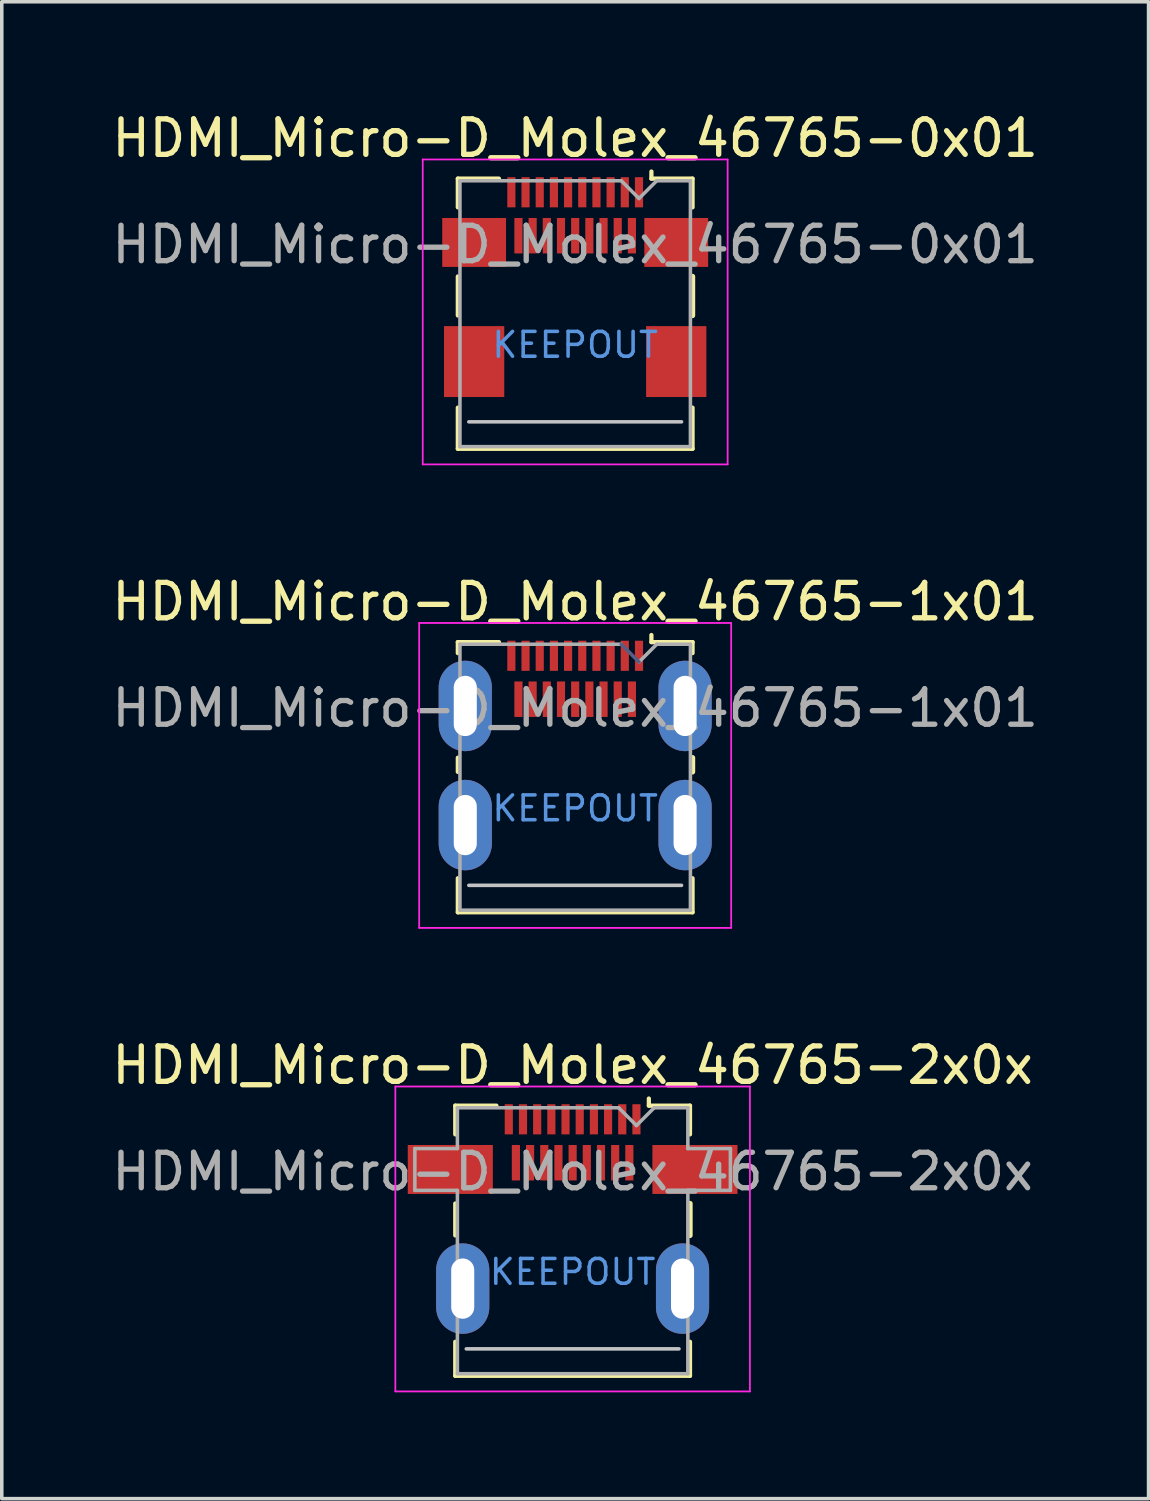
<source format=kicad_pcb>
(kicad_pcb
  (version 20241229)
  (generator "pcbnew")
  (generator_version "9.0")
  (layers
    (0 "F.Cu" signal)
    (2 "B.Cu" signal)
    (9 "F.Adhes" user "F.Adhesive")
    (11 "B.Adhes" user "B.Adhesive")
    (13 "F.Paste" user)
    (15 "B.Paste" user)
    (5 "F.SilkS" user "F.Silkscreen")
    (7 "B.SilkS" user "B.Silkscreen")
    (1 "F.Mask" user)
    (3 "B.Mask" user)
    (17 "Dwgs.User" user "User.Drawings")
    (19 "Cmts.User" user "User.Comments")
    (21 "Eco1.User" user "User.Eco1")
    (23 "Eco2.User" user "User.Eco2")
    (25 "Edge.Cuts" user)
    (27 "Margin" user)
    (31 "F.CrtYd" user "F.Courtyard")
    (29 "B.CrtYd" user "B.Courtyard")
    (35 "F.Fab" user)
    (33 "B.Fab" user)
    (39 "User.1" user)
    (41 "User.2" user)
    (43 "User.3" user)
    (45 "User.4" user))
  (footprint "HDMI_Micro-D_Molex_46765-0x01"
    (layer "F.Cu")
    (at 13.173 7.148)
    (property "Reference" "HDMI_Micro-D_Molex_46765-0x01" (at 0 -6.3 0) (layer "F.SilkS") (effects (font (size 1 1) (thickness 0.15))))
    (attr smd)
    (fp_line (start -3.31 -5.16) (end -2.15 -5.16) (stroke (width 0.12) (type solid)) (layer "F.SilkS"))
    (fp_line (start -3.31 -4.35) (end -3.31 -5.16) (stroke (width 0.12) (type solid)) (layer "F.SilkS"))
    (fp_line (start -3.31 -1.3) (end -3.31 -2.4) (stroke (width 0.12) (type solid)) (layer "F.SilkS"))
    (fp_line (start -3.31 2.46) (end -3.31 1.3) (stroke (width 0.12) (type solid)) (layer "F.SilkS"))
    (fp_line (start -3.31 2.46) (end 3.31 2.46) (stroke (width 0.12) (type solid)) (layer "F.SilkS"))
    (fp_line (start 2.15 -5.16) (end 2.15 -5.36) (stroke (width 0.12) (type solid)) (layer "F.SilkS"))
    (fp_line (start 2.15 -5.16) (end 3.31 -5.16) (stroke (width 0.12) (type solid)) (layer "F.SilkS"))
    (fp_line (start 3.31 -5.16) (end 3.31 -4.35) (stroke (width 0.12) (type solid)) (layer "F.SilkS"))
    (fp_line (start 3.31 -2.4) (end 3.31 -1.3) (stroke (width 0.15) (type solid)) (layer "F.SilkS"))
    (fp_line (start 3.31 1.3) (end 3.31 2.46) (stroke (width 0.12) (type solid)) (layer "F.SilkS"))
    (fp_line (start -3 1.7) (end 3 1.7) (stroke (width 0.1) (type solid)) (layer "Dwgs.User"))
    (fp_line (start -4.3 -5.7) (end -4.3 2.9) (stroke (width 0.05) (type solid)) (layer "F.CrtYd"))
    (fp_line (start -4.3 2.9) (end 4.3 2.9) (stroke (width 0.05) (type solid)) (layer "F.CrtYd"))
    (fp_line (start 4.3 -5.7) (end -4.3 -5.7) (stroke (width 0.05) (type solid)) (layer "F.CrtYd"))
    (fp_line (start 4.3 2.9) (end 4.3 -5.7) (stroke (width 0.05) (type solid)) (layer "F.CrtYd"))
    (fp_line (start -3.25 -5.1) (end 1.3 -5.1) (stroke (width 0.1) (type solid)) (layer "F.Fab"))
    (fp_line (start -3.25 2.4) (end -3.25 -5.1) (stroke (width 0.1) (type solid)) (layer "F.Fab"))
    (fp_line (start 1.8 -4.6) (end 1.3 -5.1) (stroke (width 0.1) (type solid)) (layer "F.Fab"))
    (fp_line (start 1.8 -4.6) (end 2.3 -5.1) (stroke (width 0.1) (type solid)) (layer "F.Fab"))
    (fp_line (start 2.3 -5.1) (end 3.25 -5.1) (stroke (width 0.1) (type solid)) (layer "F.Fab"))
    (fp_line (start 3.25 -5.1) (end 3.25 2.4) (stroke (width 0.1) (type solid)) (layer "F.Fab"))
    (fp_line (start 3.25 2.4) (end -3.25 2.4) (stroke (width 0.1) (type solid)) (layer "F.Fab"))
    (fp_text user "KEEPOUT" (at 0 -0.47 0) (layer "Cmts.User") (effects (font (size 0.7 0.7) (thickness 0.1))))
    (fp_text user "${REFERENCE}" (at 0 -3.3 0) (layer "F.Fab") (effects (font (size 1 1) (thickness 0.15))))
    (pad "1" smd rect (at 1.8 -4.775) (size 0.23 0.85) (layers "F.Cu" "F.Mask" "F.Paste"))
    (pad "2" smd rect (at 1.6 -3.55) (size 0.23 1) (layers "F.Cu" "F.Mask" "F.Paste"))
    (pad "3" smd rect (at 1.4 -4.775) (size 0.23 0.85) (layers "F.Cu" "F.Mask" "F.Paste"))
    (pad "4" smd rect (at 1.2 -3.55) (size 0.23 1) (layers "F.Cu" "F.Mask" "F.Paste"))
    (pad "5" smd rect (at 1 -4.775) (size 0.23 0.85) (layers "F.Cu" "F.Mask" "F.Paste"))
    (pad "6" smd rect (at 0.8 -3.55) (size 0.23 1) (layers "F.Cu" "F.Mask" "F.Paste"))
    (pad "7" smd rect (at 0.6 -4.775) (size 0.23 0.85) (layers "F.Cu" "F.Mask" "F.Paste"))
    (pad "8" smd rect (at 0.4 -3.55) (size 0.23 1) (layers "F.Cu" "F.Mask" "F.Paste"))
    (pad "9" smd rect (at 0.2 -4.775) (size 0.23 0.85) (layers "F.Cu" "F.Mask" "F.Paste"))
    (pad "10" smd rect (at 0 -3.55) (size 0.23 1) (layers "F.Cu" "F.Mask" "F.Paste"))
    (pad "11" smd rect (at -0.2 -4.775) (size 0.23 0.85) (layers "F.Cu" "F.Mask" "F.Paste"))
    (pad "12" smd rect (at -0.4 -3.55) (size 0.23 1) (layers "F.Cu" "F.Mask" "F.Paste"))
    (pad "13" smd rect (at -0.6 -4.775) (size 0.23 0.85) (layers "F.Cu" "F.Mask" "F.Paste"))
    (pad "14" smd rect (at -0.8 -3.55) (size 0.23 1) (layers "F.Cu" "F.Mask" "F.Paste"))
    (pad "15" smd rect (at -1 -4.775) (size 0.23 0.85) (layers "F.Cu" "F.Mask" "F.Paste"))
    (pad "16" smd rect (at -1.2 -3.55) (size 0.23 1) (layers "F.Cu" "F.Mask" "F.Paste"))
    (pad "17" smd rect (at -1.4 -4.775) (size 0.23 0.85) (layers "F.Cu" "F.Mask" "F.Paste"))
    (pad "18" smd rect (at -1.6 -3.55) (size 0.23 1) (layers "F.Cu" "F.Mask" "F.Paste"))
    (pad "19" smd rect (at -1.8 -4.775) (size 0.23 0.85) (layers "F.Cu" "F.Mask" "F.Paste"))
    (pad "SH" smd rect (at -2.85 -3.36) (size 1.8 1.38) (layers "F.Cu" "F.Mask" "F.Paste"))
    (pad "SH" smd rect (at -2.85 0) (size 1.7 2) (layers "F.Cu" "F.Mask" "F.Paste"))
    (pad "SH" smd rect (at 2.85 -3.36) (size 1.8 1.38) (layers "F.Cu" "F.Mask" "F.Paste"))
    (pad "SH" smd rect (at 2.85 0) (size 1.7 2) (layers "F.Cu" "F.Mask" "F.Paste"))
    (zone (net_name "") (layer "F.Cu") (hatch full 0.508) (connect_pads) (min_thickness 0.254) (filled_areas_thickness no) (keepout (tracks not_allowed) (vias not_allowed) (pads not_allowed) (copperpour allowed) (footprints allowed)) (placement (enabled no)) (fill) (polygon (pts (xy 15.523 6.148) (xy 15.173 6.148) (xy 15.173 8.148) (xy 15.523 8.148) (xy 15.523 8.848) (xy 10.823 8.848) (xy 10.823 8.148) (xy 11.173 8.148) (xy 11.173 6.148) (xy 10.823 6.148) (xy 10.823 4.688) (xy 15.523 4.688)))))
  (footprint "HDMI_Micro-D_Molex_46765-2x0x"
    (layer "F.Cu")
    (at 13.101 33.295)
    (property "Reference" "HDMI_Micro-D_Molex_46765-2x0x" (at 0 -6.3 0) (layer "F.SilkS") (effects (font (size 1 1) (thickness 0.15))))
    (attr smd)
    (fp_line (start -3.31 -5.16) (end -2.15 -5.16) (stroke (width 0.12) (type solid)) (layer "F.SilkS"))
    (fp_line (start -3.31 -4.35) (end -3.31 -5.16) (stroke (width 0.12) (type solid)) (layer "F.SilkS"))
    (fp_line (start -3.31 -1.5) (end -3.31 -2.4) (stroke (width 0.12) (type solid)) (layer "F.SilkS"))
    (fp_line (start -3.31 2.46) (end -3.31 1.5) (stroke (width 0.12) (type solid)) (layer "F.SilkS"))
    (fp_line (start -3.31 2.46) (end 3.31 2.46) (stroke (width 0.12) (type solid)) (layer "F.SilkS"))
    (fp_line (start 2.15 -5.16) (end 2.15 -5.36) (stroke (width 0.12) (type solid)) (layer "F.SilkS"))
    (fp_line (start 2.15 -5.16) (end 3.31 -5.16) (stroke (width 0.12) (type solid)) (layer "F.SilkS"))
    (fp_line (start 3.31 -5.16) (end 3.31 -4.35) (stroke (width 0.12) (type solid)) (layer "F.SilkS"))
    (fp_line (start 3.31 -2.4) (end 3.31 -1.5) (stroke (width 0.15) (type solid)) (layer "F.SilkS"))
    (fp_line (start 3.31 1.5) (end 3.31 2.46) (stroke (width 0.12) (type solid)) (layer "F.SilkS"))
    (fp_line (start -3 1.7) (end 3 1.7) (stroke (width 0.1) (type solid)) (layer "Dwgs.User"))
    (fp_line (start -5 -5.7) (end -5 2.9) (stroke (width 0.05) (type solid)) (layer "F.CrtYd"))
    (fp_line (start -5 2.9) (end 5 2.9) (stroke (width 0.05) (type solid)) (layer "F.CrtYd"))
    (fp_line (start 5 -5.7) (end -5 -5.7) (stroke (width 0.05) (type solid)) (layer "F.CrtYd"))
    (fp_line (start 5 2.9) (end 5 -5.7) (stroke (width 0.05) (type solid)) (layer "F.CrtYd"))
    (fp_line (start -4.45 -3.95) (end -3.25 -3.95) (stroke (width 0.1) (type solid)) (layer "F.Fab"))
    (fp_line (start -4.45 -2.77) (end -4.45 -3.95) (stroke (width 0.1) (type solid)) (layer "F.Fab"))
    (fp_line (start -3.25 -5.1) (end 1.3 -5.1) (stroke (width 0.1) (type solid)) (layer "F.Fab"))
    (fp_line (start -3.25 -3.95) (end -3.25 -5.1) (stroke (width 0.1) (type solid)) (layer "F.Fab"))
    (fp_line (start -3.25 -2.77) (end -4.45 -2.77) (stroke (width 0.1) (type solid)) (layer "F.Fab"))
    (fp_line (start -3.25 2.4) (end -3.25 -2.77) (stroke (width 0.1) (type solid)) (layer "F.Fab"))
    (fp_line (start 1.8 -4.6) (end 1.3 -5.1) (stroke (width 0.1) (type solid)) (layer "F.Fab"))
    (fp_line (start 1.8 -4.6) (end 2.3 -5.1) (stroke (width 0.1) (type solid)) (layer "F.Fab"))
    (fp_line (start 2.3 -5.1) (end 3.25 -5.1) (stroke (width 0.1) (type solid)) (layer "F.Fab"))
    (fp_line (start 3.25 -5.1) (end 3.25 -3.95) (stroke (width 0.1) (type solid)) (layer "F.Fab"))
    (fp_line (start 3.25 -3.95) (end 4.45 -3.95) (stroke (width 0.1) (type solid)) (layer "F.Fab"))
    (fp_line (start 3.25 -2.77) (end 3.25 2.4) (stroke (width 0.1) (type solid)) (layer "F.Fab"))
    (fp_line (start 3.25 2.4) (end -3.25 2.4) (stroke (width 0.1) (type solid)) (layer "F.Fab"))
    (fp_line (start 4.45 -3.95) (end 4.45 -2.77) (stroke (width 0.1) (type solid)) (layer "F.Fab"))
    (fp_line (start 4.45 -2.77) (end 3.25 -2.77) (stroke (width 0.1) (type solid)) (layer "F.Fab"))
    (fp_text user "KEEPOUT" (at 0 -0.47 0) (layer "Cmts.User") (effects (font (size 0.7 0.7) (thickness 0.1))))
    (fp_text user "${REFERENCE}" (at 0 -3.3 0) (layer "F.Fab") (effects (font (size 1 1) (thickness 0.15))))
    (pad "1" smd rect (at 1.8 -4.775) (size 0.23 0.85) (layers "F.Cu" "F.Mask" "F.Paste"))
    (pad "2" smd rect (at 1.6 -3.55) (size 0.23 1) (layers "F.Cu" "F.Mask" "F.Paste"))
    (pad "3" smd rect (at 1.4 -4.775) (size 0.23 0.85) (layers "F.Cu" "F.Mask" "F.Paste"))
    (pad "4" smd rect (at 1.2 -3.55) (size 0.23 1) (layers "F.Cu" "F.Mask" "F.Paste"))
    (pad "5" smd rect (at 1 -4.775) (size 0.23 0.85) (layers "F.Cu" "F.Mask" "F.Paste"))
    (pad "6" smd rect (at 0.8 -3.55) (size 0.23 1) (layers "F.Cu" "F.Mask" "F.Paste"))
    (pad "7" smd rect (at 0.6 -4.775) (size 0.23 0.85) (layers "F.Cu" "F.Mask" "F.Paste"))
    (pad "8" smd rect (at 0.4 -3.55) (size 0.23 1) (layers "F.Cu" "F.Mask" "F.Paste"))
    (pad "9" smd rect (at 0.2 -4.775) (size 0.23 0.85) (layers "F.Cu" "F.Mask" "F.Paste"))
    (pad "10" smd rect (at 0 -3.55) (size 0.23 1) (layers "F.Cu" "F.Mask" "F.Paste"))
    (pad "11" smd rect (at -0.2 -4.775) (size 0.23 0.85) (layers "F.Cu" "F.Mask" "F.Paste"))
    (pad "12" smd rect (at -0.4 -3.55) (size 0.23 1) (layers "F.Cu" "F.Mask" "F.Paste"))
    (pad "13" smd rect (at -0.6 -4.775) (size 0.23 0.85) (layers "F.Cu" "F.Mask" "F.Paste"))
    (pad "14" smd rect (at -0.8 -3.55) (size 0.23 1) (layers "F.Cu" "F.Mask" "F.Paste"))
    (pad "15" smd rect (at -1 -4.775) (size 0.23 0.85) (layers "F.Cu" "F.Mask" "F.Paste"))
    (pad "16" smd rect (at -1.2 -3.55) (size 0.23 1) (layers "F.Cu" "F.Mask" "F.Paste"))
    (pad "17" smd rect (at -1.4 -4.775) (size 0.23 0.85) (layers "F.Cu" "F.Mask" "F.Paste"))
    (pad "18" smd rect (at -1.6 -3.55) (size 0.23 1) (layers "F.Cu" "F.Mask" "F.Paste"))
    (pad "19" smd rect (at -1.8 -4.775) (size 0.23 0.85) (layers "F.Cu" "F.Mask" "F.Paste"))
    (pad "SH" smd rect (at -3.45 -3.36) (size 2.4 1.38) (layers "F.Cu" "F.Mask" "F.Paste"))
    (pad "SH" thru_hole oval (at -3.1 0) (size 1.5 2.55) (drill oval 0.65 1.7) (layers "*.Cu" "*.Mask"))
    (pad "SH" thru_hole oval (at 3.1 0) (size 1.5 2.55) (drill oval 0.65 1.7) (layers "*.Cu" "*.Mask"))
    (pad "SH" smd rect (at 3.45 -3.36) (size 2.4 1.38) (layers "F.Cu" "F.Mask" "F.Paste"))
    (zone (net_name "") (layer "F.Cu") (hatch full 0.508) (connect_pads) (min_thickness 0.254) (filled_areas_thickness no) (keepout (tracks not_allowed) (vias not_allowed) (pads not_allowed) (copperpour not_allowed) (footprints not_allowed)) (placement (enabled no)) (fill) (polygon (pts (xy 10.751 30.655) (xy 15.451 30.655) (xy 15.451 34.995) (xy 10.751 34.995)))))
  (footprint "HDMI_Micro-D_Molex_46765-1x01"
    (layer "F.Cu")
    (at 13.173 20.221)
    (property "Reference" "HDMI_Micro-D_Molex_46765-1x01" (at 0 -6.3 0) (layer "F.SilkS") (effects (font (size 1 1) (thickness 0.15))))
    (attr smd)
    (fp_line (start -3.31 -5.16) (end -2.15 -5.16) (stroke (width 0.12) (type solid)) (layer "F.SilkS"))
    (fp_line (start -3.31 -4.85) (end -3.31 -5.16) (stroke (width 0.12) (type solid)) (layer "F.SilkS"))
    (fp_line (start -3.31 -1.5) (end -3.31 -1.9) (stroke (width 0.12) (type solid)) (layer "F.SilkS"))
    (fp_line (start -3.31 2.46) (end -3.31 1.5) (stroke (width 0.12) (type solid)) (layer "F.SilkS"))
    (fp_line (start -3.31 2.46) (end 3.31 2.46) (stroke (width 0.12) (type solid)) (layer "F.SilkS"))
    (fp_line (start 2.15 -5.16) (end 2.15 -5.36) (stroke (width 0.12) (type solid)) (layer "F.SilkS"))
    (fp_line (start 2.15 -5.16) (end 3.31 -5.16) (stroke (width 0.12) (type solid)) (layer "F.SilkS"))
    (fp_line (start 3.31 -5.16) (end 3.31 -4.85) (stroke (width 0.12) (type solid)) (layer "F.SilkS"))
    (fp_line (start 3.31 -1.9) (end 3.31 -1.5) (stroke (width 0.15) (type solid)) (layer "F.SilkS"))
    (fp_line (start 3.31 1.5) (end 3.31 2.46) (stroke (width 0.12) (type solid)) (layer "F.SilkS"))
    (fp_line (start -3 1.7) (end 3 1.7) (stroke (width 0.1) (type solid)) (layer "Dwgs.User"))
    (fp_line (start -4.4 -5.7) (end -4.4 2.9) (stroke (width 0.05) (type solid)) (layer "F.CrtYd"))
    (fp_line (start -4.4 2.9) (end 4.4 2.9) (stroke (width 0.05) (type solid)) (layer "F.CrtYd"))
    (fp_line (start 4.4 -5.7) (end -4.4 -5.7) (stroke (width 0.05) (type solid)) (layer "F.CrtYd"))
    (fp_line (start 4.4 2.9) (end 4.4 -5.7) (stroke (width 0.05) (type solid)) (layer "F.CrtYd"))
    (fp_line (start 1.8 -4.6) (end 1.3 -5.1) (stroke (width 0.1) (type solid)) (layer "B.Fab"))
    (fp_line (start -3.25 -5.1) (end 1.3 -5.1) (stroke (width 0.1) (type solid)) (layer "F.Fab"))
    (fp_line (start -3.25 2.4) (end -3.25 -5.1) (stroke (width 0.1) (type solid)) (layer "F.Fab"))
    (fp_line (start 1.8 -4.6) (end 2.3 -5.1) (stroke (width 0.1) (type solid)) (layer "F.Fab"))
    (fp_line (start 2.3 -5.1) (end 3.25 -5.1) (stroke (width 0.1) (type solid)) (layer "F.Fab"))
    (fp_line (start 3.25 -5.1) (end 3.25 2.4) (stroke (width 0.1) (type solid)) (layer "F.Fab"))
    (fp_line (start 3.25 2.4) (end -3.25 2.4) (stroke (width 0.1) (type solid)) (layer "F.Fab"))
    (fp_text user "KEEPOUT" (at 0 -0.47 0) (layer "Cmts.User") (effects (font (size 0.7 0.7) (thickness 0.1))))
    (fp_text user "${REFERENCE}" (at 0 -3.3 0) (layer "F.Fab") (effects (font (size 1 1) (thickness 0.15))))
    (pad "1" smd rect (at 1.8 -4.775) (size 0.23 0.85) (layers "F.Cu" "F.Mask" "F.Paste"))
    (pad "2" smd rect (at 1.6 -3.55) (size 0.23 1) (layers "F.Cu" "F.Mask" "F.Paste"))
    (pad "3" smd rect (at 1.4 -4.775) (size 0.23 0.85) (layers "F.Cu" "F.Mask" "F.Paste"))
    (pad "4" smd rect (at 1.2 -3.55) (size 0.23 1) (layers "F.Cu" "F.Mask" "F.Paste"))
    (pad "5" smd rect (at 1 -4.775) (size 0.23 0.85) (layers "F.Cu" "F.Mask" "F.Paste"))
    (pad "6" smd rect (at 0.8 -3.55) (size 0.23 1) (layers "F.Cu" "F.Mask" "F.Paste"))
    (pad "7" smd rect (at 0.6 -4.775) (size 0.23 0.85) (layers "F.Cu" "F.Mask" "F.Paste"))
    (pad "8" smd rect (at 0.4 -3.55) (size 0.23 1) (layers "F.Cu" "F.Mask" "F.Paste"))
    (pad "9" smd rect (at 0.2 -4.775) (size 0.23 0.85) (layers "F.Cu" "F.Mask" "F.Paste"))
    (pad "10" smd rect (at 0 -3.55) (size 0.23 1) (layers "F.Cu" "F.Mask" "F.Paste"))
    (pad "11" smd rect (at -0.2 -4.775) (size 0.23 0.85) (layers "F.Cu" "F.Mask" "F.Paste"))
    (pad "12" smd rect (at -0.4 -3.55) (size 0.23 1) (layers "F.Cu" "F.Mask" "F.Paste"))
    (pad "13" smd rect (at -0.6 -4.775) (size 0.23 0.85) (layers "F.Cu" "F.Mask" "F.Paste"))
    (pad "14" smd rect (at -0.8 -3.55) (size 0.23 1) (layers "F.Cu" "F.Mask" "F.Paste"))
    (pad "15" smd rect (at -1 -4.775) (size 0.23 0.85) (layers "F.Cu" "F.Mask" "F.Paste"))
    (pad "16" smd rect (at -1.2 -3.55) (size 0.23 1) (layers "F.Cu" "F.Mask" "F.Paste"))
    (pad "17" smd rect (at -1.4 -4.775) (size 0.23 0.85) (layers "F.Cu" "F.Mask" "F.Paste"))
    (pad "18" smd rect (at -1.6 -3.55) (size 0.23 1) (layers "F.Cu" "F.Mask" "F.Paste"))
    (pad "19" smd rect (at -1.8 -4.775) (size 0.23 0.85) (layers "F.Cu" "F.Mask" "F.Paste"))
    (pad "SH" thru_hole oval (at -3.1 -3.36) (size 1.5 2.55) (drill oval 0.65 1.7) (layers "*.Cu" "*.Mask"))
    (pad "SH" thru_hole oval (at -3.1 0) (size 1.5 2.55) (drill oval 0.65 1.7) (layers "*.Cu" "*.Mask"))
    (pad "SH" thru_hole oval (at 3.1 -3.36) (size 1.5 2.55) (drill oval 0.65 1.7) (layers "*.Cu" "*.Mask"))
    (pad "SH" thru_hole oval (at 3.1 0) (size 1.5 2.55) (drill oval 0.65 1.7) (layers "*.Cu" "*.Mask"))
    (zone (net_name "") (layer "F.Cu") (hatch full 0.508) (connect_pads) (min_thickness 0.254) (filled_areas_thickness no) (keepout (tracks not_allowed) (vias not_allowed) (pads not_allowed) (copperpour not_allowed) (footprints not_allowed)) (placement (enabled no)) (fill) (polygon (pts (xy 10.823 17.581) (xy 15.523 17.581) (xy 15.523 21.922) (xy 10.823 21.922)))))
  (gr_rect
    (start -3 -3)
    (end 29.345 39.22)
    (stroke (width 0.1) (type default))
    (fill no)
    (layer "Edge.Cuts")))
</source>
